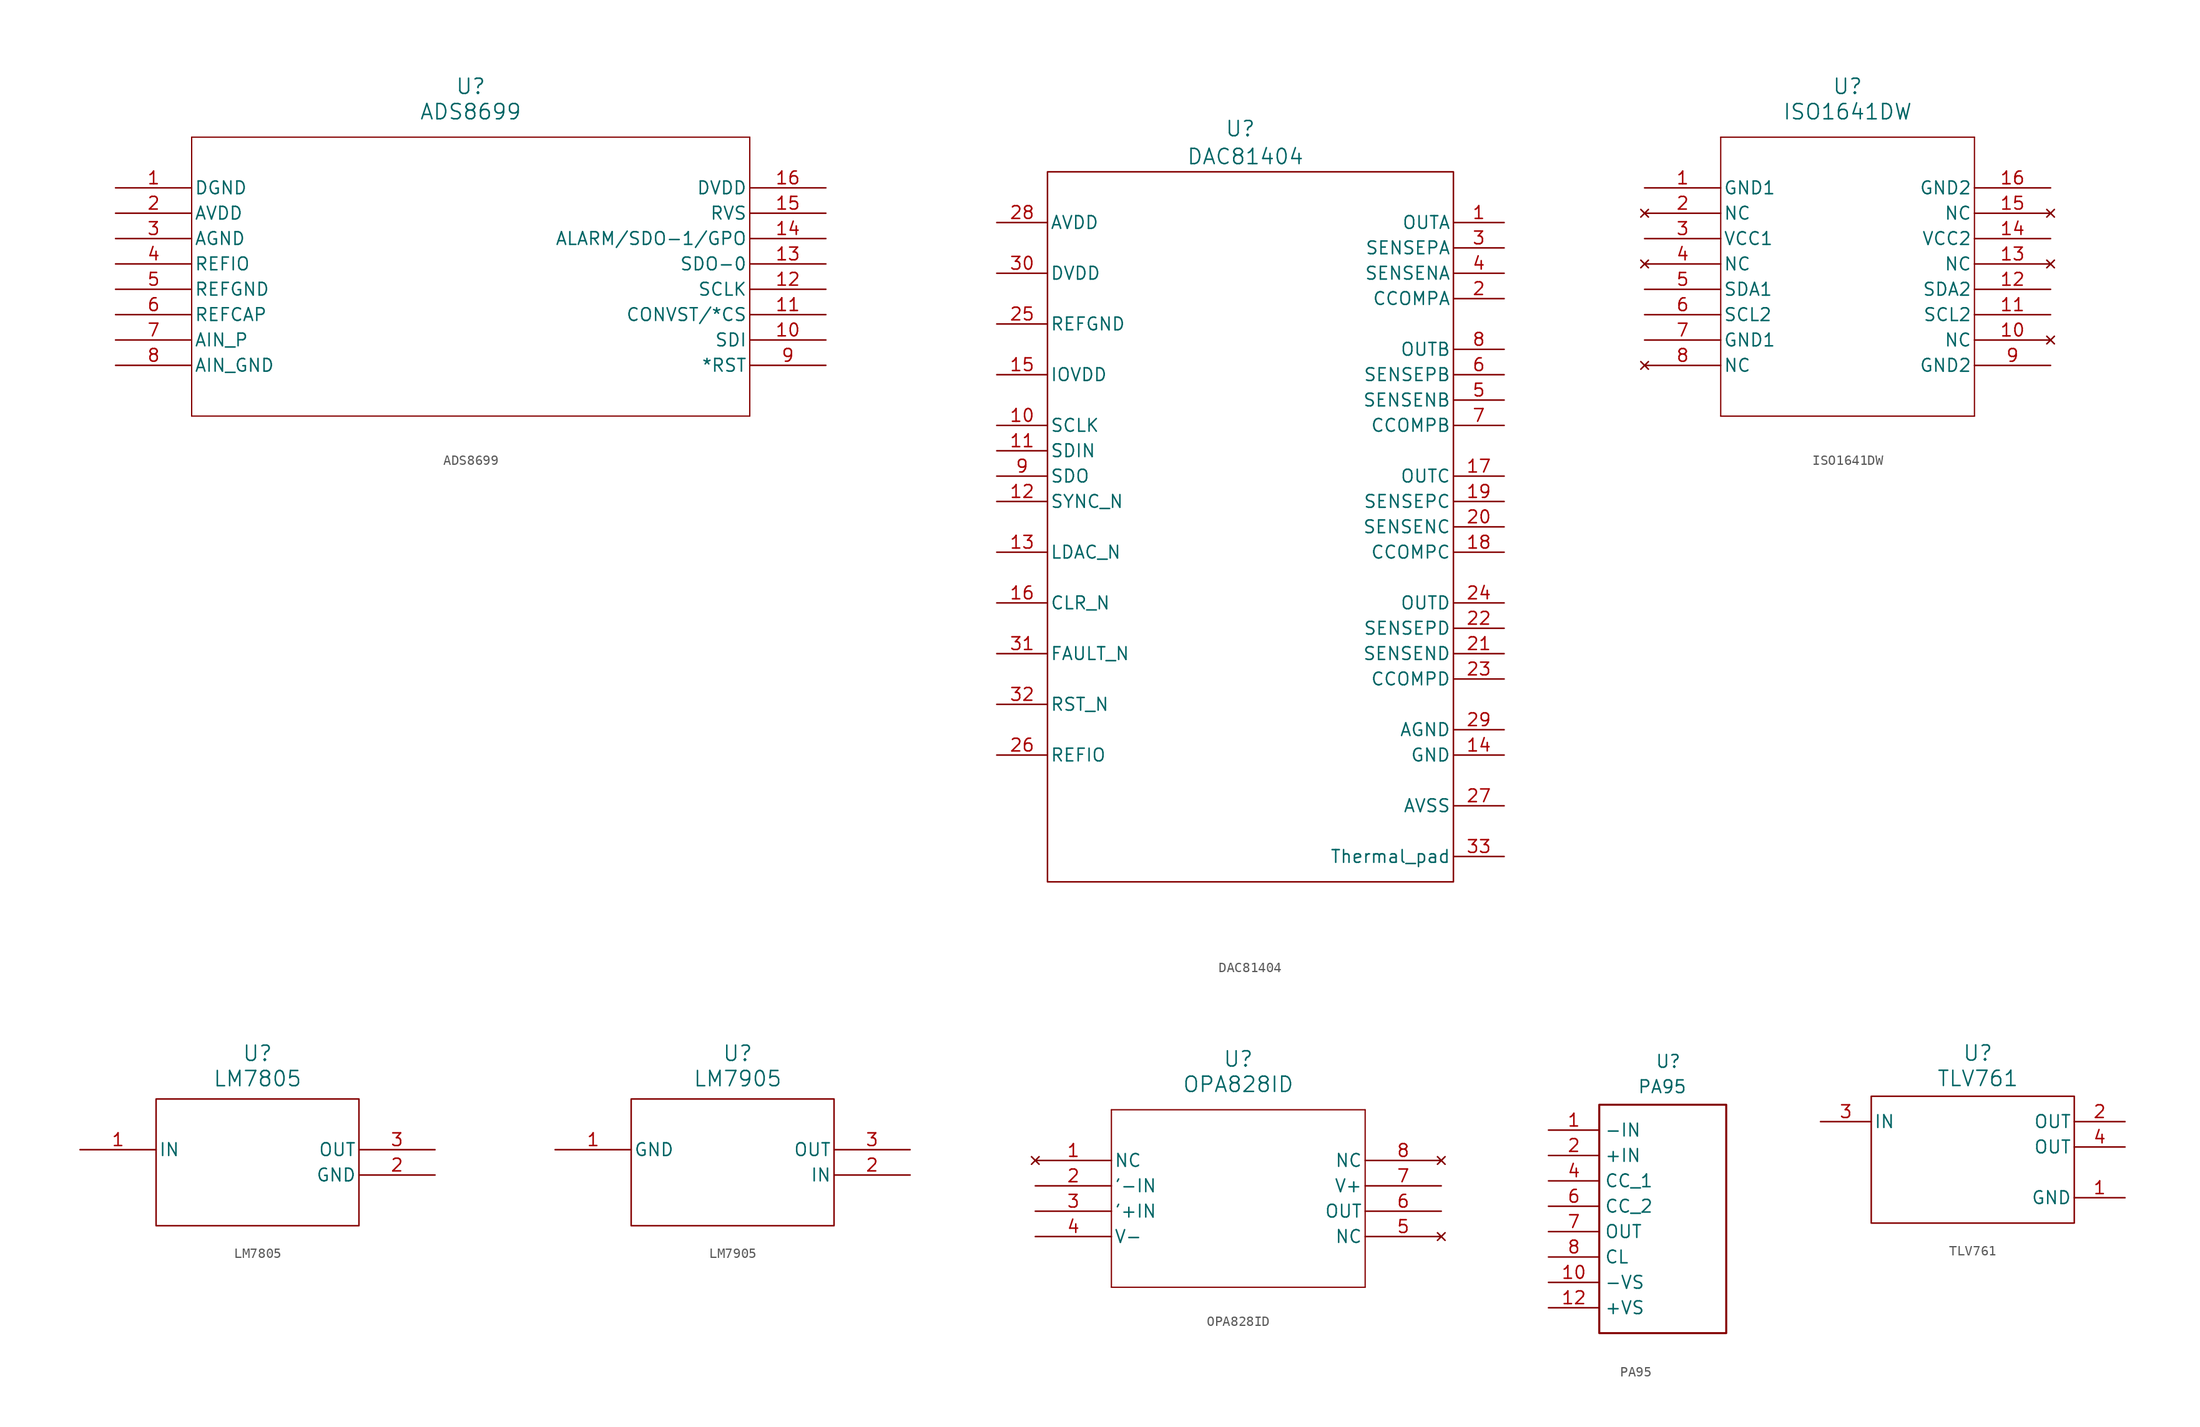
<source format=kicad_sym>
(kicad_symbol_lib
  (version 20241209)
  (generator "kicad_symbol_editor")
  (generator_version "9.0")
  (symbol "ADS8699"
    (pin_names
      (offset 0.254))
    (property "Reference" "U"
      (at 35.56 10.16 0)
      (effects (font (size 1.524 1.524))))
    (property "Value" "ADS8699"
      (at 35.56 7.62 0)
      (effects (font (size 1.524 1.524))))
    (symbol "ADS8699_0_1"
      (polyline (pts (xy 7.62 5.08) (xy 7.62 -22.86)) (stroke (width 0.127) (type default)) (fill (type none)))
      (polyline (pts (xy 7.62 -22.86) (xy 63.5 -22.86)) (stroke (width 0.127) (type default)) (fill (type none)))
      (polyline (pts (xy 63.5 5.08) (xy 7.62 5.08)) (stroke (width 0.127) (type default)) (fill (type none)))
      (polyline (pts (xy 63.5 -22.86) (xy 63.5 5.08)) (stroke (width 0.127) (type default)) (fill (type none)))
      (pin power_in line (at 0 0 0) (length 7.62) (name "DGND" (effects (font (size 1.27 1.27)))) (number "1" (effects (font (size 1.27 1.27)))))
      (pin power_in line (at 0 -2.54 0) (length 7.62) (name "AVDD" (effects (font (size 1.27 1.27)))) (number "2" (effects (font (size 1.27 1.27)))))
      (pin power_in line (at 0 -5.08 0) (length 7.62) (name "AGND" (effects (font (size 1.27 1.27)))) (number "3" (effects (font (size 1.27 1.27)))))
      (pin bidirectional line (at 0 -7.62 0) (length 7.62) (name "REFIO" (effects (font (size 1.27 1.27)))) (number "4" (effects (font (size 1.27 1.27)))))
      (pin power_in line (at 0 -10.16 0) (length 7.62) (name "REFGND" (effects (font (size 1.27 1.27)))) (number "5" (effects (font (size 1.27 1.27)))))
      (pin output line (at 0 -12.7 0) (length 7.62) (name "REFCAP" (effects (font (size 1.27 1.27)))) (number "6" (effects (font (size 1.27 1.27)))))
      (pin input line (at 0 -15.24 0) (length 7.62) (name "AIN_P" (effects (font (size 1.27 1.27)))) (number "7" (effects (font (size 1.27 1.27)))))
      (pin input line (at 0 -17.78 0) (length 7.62) (name "AIN_GND" (effects (font (size 1.27 1.27)))) (number "8" (effects (font (size 1.27 1.27)))))
      (pin power_in line (at 71.12 0 180) (length 7.62) (name "DVDD" (effects (font (size 1.27 1.27)))) (number "16" (effects (font (size 1.27 1.27)))))
      (pin output line (at 71.12 -2.54 180) (length 7.62) (name "RVS" (effects (font (size 1.27 1.27)))) (number "15" (effects (font (size 1.27 1.27)))))
      (pin output line (at 71.12 -5.08 180) (length 7.62) (name "ALARM/SDO-1/GPO" (effects (font (size 1.27 1.27)))) (number "14" (effects (font (size 1.27 1.27)))))
      (pin output line (at 71.12 -7.62 180) (length 7.62) (name "SDO-0" (effects (font (size 1.27 1.27)))) (number "13" (effects (font (size 1.27 1.27)))))
      (pin input line (at 71.12 -10.16 180) (length 7.62) (name "SCLK" (effects (font (size 1.27 1.27)))) (number "12" (effects (font (size 1.27 1.27)))))
      (pin input line (at 71.12 -12.7 180) (length 7.62) (name "CONVST/*CS" (effects (font (size 1.27 1.27)))) (number "11" (effects (font (size 1.27 1.27)))))
      (pin input line (at 71.12 -15.24 180) (length 7.62) (name "SDI" (effects (font (size 1.27 1.27)))) (number "10" (effects (font (size 1.27 1.27)))))
      (pin input line (at 71.12 -17.78 180) (length 7.62) (name "*RST" (effects (font (size 1.27 1.27)))) (number "9" (effects (font (size 1.27 1.27)))))))
  (symbol "DAC81404"
    (pin_names
      (offset 0.254))
    (property "Reference" "U"
      (at -1.016 39.878 0)
      (effects (font (size 1.524 1.524))))
    (property "Value" "DAC81404"
      (at -0.508 37.084 0)
      (effects (font (size 1.524 1.524))))
    (symbol "DAC81404_0_1"
      (rectangle (start -20.32 35.56) (end 20.32 -35.56) (stroke (width 0) (type default)) (fill (type none)))
      (pin power_in line (at -25.4 30.48 0) (length 5.08) (name "AVDD" (effects (font (size 1.27 1.27)))) (number "28" (effects (font (size 1.27 1.27)))))
      (pin power_in line (at -25.4 25.4 0) (length 5.08) (name "DVDD" (effects (font (size 1.27 1.27)))) (number "30" (effects (font (size 1.27 1.27)))))
      (pin power_in line (at -25.4 20.32 0) (length 5.08) (name "REFGND" (effects (font (size 1.27 1.27)))) (number "25" (effects (font (size 1.27 1.27)))))
      (pin power_in line (at -25.4 15.24 0) (length 5.08) (name "IOVDD" (effects (font (size 1.27 1.27)))) (number "15" (effects (font (size 1.27 1.27)))))
      (pin input line (at -25.4 10.16 0) (length 5.08) (name "SCLK" (effects (font (size 1.27 1.27)))) (number "10" (effects (font (size 1.27 1.27)))))
      (pin input line (at -25.4 7.62 0) (length 5.08) (name "SDIN" (effects (font (size 1.27 1.27)))) (number "11" (effects (font (size 1.27 1.27)))))
      (pin output line (at -25.4 5.08 0) (length 5.08) (name "SDO" (effects (font (size 1.27 1.27)))) (number "9" (effects (font (size 1.27 1.27)))))
      (pin input line (at -25.4 2.54 0) (length 5.08) (name "SYNC_N" (effects (font (size 1.27 1.27)))) (number "12" (effects (font (size 1.27 1.27)))))
      (pin input line (at -25.4 -2.54 0) (length 5.08) (name "LDAC_N" (effects (font (size 1.27 1.27)))) (number "13" (effects (font (size 1.27 1.27)))))
      (pin input line (at -25.4 -7.62 0) (length 5.08) (name "CLR_N" (effects (font (size 1.27 1.27)))) (number "16" (effects (font (size 1.27 1.27)))))
      (pin open_collector line (at -25.4 -12.7 0) (length 5.08) (name "FAULT_N" (effects (font (size 1.27 1.27)))) (number "31" (effects (font (size 1.27 1.27)))))
      (pin input line (at -25.4 -17.78 0) (length 5.08) (name "RST_N" (effects (font (size 1.27 1.27)))) (number "32" (effects (font (size 1.27 1.27)))))
      (pin bidirectional line (at -25.4 -22.86 0) (length 5.08) (name "REFIO" (effects (font (size 1.27 1.27)))) (number "26" (effects (font (size 1.27 1.27)))))
      (pin unspecified line (at 25.4 30.48 180) (length 5.08) (name "OUTA" (effects (font (size 1.27 1.27)))) (number "1" (effects (font (size 1.27 1.27)))))
      (pin unspecified line (at 25.4 27.94 180) (length 5.08) (name "SENSEPA" (effects (font (size 1.27 1.27)))) (number "3" (effects (font (size 1.27 1.27)))))
      (pin unspecified line (at 25.4 25.4 180) (length 5.08) (name "SENSENA" (effects (font (size 1.27 1.27)))) (number "4" (effects (font (size 1.27 1.27)))))
      (pin unspecified line (at 25.4 22.86 180) (length 5.08) (name "CCOMPA" (effects (font (size 1.27 1.27)))) (number "2" (effects (font (size 1.27 1.27)))))
      (pin unspecified line (at 25.4 17.78 180) (length 5.08) (name "OUTB" (effects (font (size 1.27 1.27)))) (number "8" (effects (font (size 1.27 1.27)))))
      (pin unspecified line (at 25.4 15.24 180) (length 5.08) (name "SENSEPB" (effects (font (size 1.27 1.27)))) (number "6" (effects (font (size 1.27 1.27)))))
      (pin unspecified line (at 25.4 12.7 180) (length 5.08) (name "SENSENB" (effects (font (size 1.27 1.27)))) (number "5" (effects (font (size 1.27 1.27)))))
      (pin unspecified line (at 25.4 10.16 180) (length 5.08) (name "CCOMPB" (effects (font (size 1.27 1.27)))) (number "7" (effects (font (size 1.27 1.27)))))
      (pin unspecified line (at 25.4 5.08 180) (length 5.08) (name "OUTC" (effects (font (size 1.27 1.27)))) (number "17" (effects (font (size 1.27 1.27)))))
      (pin unspecified line (at 25.4 2.54 180) (length 5.08) (name "SENSEPC" (effects (font (size 1.27 1.27)))) (number "19" (effects (font (size 1.27 1.27)))))
      (pin unspecified line (at 25.4 0 180) (length 5.08) (name "SENSENC" (effects (font (size 1.27 1.27)))) (number "20" (effects (font (size 1.27 1.27)))))
      (pin unspecified line (at 25.4 -2.54 180) (length 5.08) (name "CCOMPC" (effects (font (size 1.27 1.27)))) (number "18" (effects (font (size 1.27 1.27)))))
      (pin unspecified line (at 25.4 -7.62 180) (length 5.08) (name "OUTD" (effects (font (size 1.27 1.27)))) (number "24" (effects (font (size 1.27 1.27)))))
      (pin unspecified line (at 25.4 -10.16 180) (length 5.08) (name "SENSEPD" (effects (font (size 1.27 1.27)))) (number "22" (effects (font (size 1.27 1.27)))))
      (pin unspecified line (at 25.4 -12.7 180) (length 5.08) (name "SENSEND" (effects (font (size 1.27 1.27)))) (number "21" (effects (font (size 1.27 1.27)))))
      (pin unspecified line (at 25.4 -15.24 180) (length 5.08) (name "CCOMPD" (effects (font (size 1.27 1.27)))) (number "23" (effects (font (size 1.27 1.27)))))
      (pin power_in line (at 25.4 -20.32 180) (length 5.08) (name "AGND" (effects (font (size 1.27 1.27)))) (number "29" (effects (font (size 1.27 1.27)))))
      (pin power_in line (at 25.4 -22.86 180) (length 5.08) (name "GND" (effects (font (size 1.27 1.27)))) (number "14" (effects (font (size 1.27 1.27)))))
      (pin power_in line (at 25.4 -27.94 180) (length 5.08) (name "AVSS" (effects (font (size 1.27 1.27)))) (number "27" (effects (font (size 1.27 1.27)))))
      (pin unspecified line (at 25.4 -33.02 180) (length 5.08) (name "Thermal_pad" (effects (font (size 1.27 1.27)))) (number "33" (effects (font (size 1.27 1.27)))))))
  (symbol "ISO1641DW"
    (pin_names
      (offset 0.254))
    (property "Reference" "U"
      (at 20.32 10.16 0)
      (effects (font (size 1.524 1.524))))
    (property "Value" "ISO1641DW"
      (at 20.32 7.62 0)
      (effects (font (size 1.524 1.524))))
    (symbol "ISO1641DW_0_1"
      (polyline (pts (xy 7.62 5.08) (xy 7.62 -22.86)) (stroke (width 0.127) (type default)) (fill (type none)))
      (polyline (pts (xy 7.62 -22.86) (xy 33.02 -22.86)) (stroke (width 0.127) (type default)) (fill (type none)))
      (polyline (pts (xy 33.02 5.08) (xy 7.62 5.08)) (stroke (width 0.127) (type default)) (fill (type none)))
      (polyline (pts (xy 33.02 -22.86) (xy 33.02 5.08)) (stroke (width 0.127) (type default)) (fill (type none)))
      (pin power_out line (at 0 0 0) (length 7.62) (name "GND1" (effects (font (size 1.27 1.27)))) (number "1" (effects (font (size 1.27 1.27)))))
      (pin no_connect line (at 0 -2.54 0) (length 7.62) (name "NC" (effects (font (size 1.27 1.27)))) (number "2" (effects (font (size 1.27 1.27)))))
      (pin power_in line (at 0 -5.08 0) (length 7.62) (name "VCC1" (effects (font (size 1.27 1.27)))) (number "3" (effects (font (size 1.27 1.27)))))
      (pin no_connect line (at 0 -7.62 0) (length 7.62) (name "NC" (effects (font (size 1.27 1.27)))) (number "4" (effects (font (size 1.27 1.27)))))
      (pin bidirectional line (at 0 -10.16 0) (length 7.62) (name "SDA1" (effects (font (size 1.27 1.27)))) (number "5" (effects (font (size 1.27 1.27)))))
      (pin power_out line (at 0 -15.24 0) (length 7.62) (name "GND1" (effects (font (size 1.27 1.27)))) (number "7" (effects (font (size 1.27 1.27)))))
      (pin no_connect line (at 0 -17.78 0) (length 7.62) (name "NC" (effects (font (size 1.27 1.27)))) (number "8" (effects (font (size 1.27 1.27)))))
      (pin power_out line (at 40.64 0 180) (length 7.62) (name "GND2" (effects (font (size 1.27 1.27)))) (number "16" (effects (font (size 1.27 1.27)))))
      (pin no_connect line (at 40.64 -2.54 180) (length 7.62) (name "NC" (effects (font (size 1.27 1.27)))) (number "15" (effects (font (size 1.27 1.27)))))
      (pin power_in line (at 40.64 -5.08 180) (length 7.62) (name "VCC2" (effects (font (size 1.27 1.27)))) (number "14" (effects (font (size 1.27 1.27)))))
      (pin no_connect line (at 40.64 -7.62 180) (length 7.62) (name "NC" (effects (font (size 1.27 1.27)))) (number "13" (effects (font (size 1.27 1.27)))))
      (pin bidirectional line (at 40.64 -10.16 180) (length 7.62) (name "SDA2" (effects (font (size 1.27 1.27)))) (number "12" (effects (font (size 1.27 1.27)))))
      (pin no_connect line (at 40.64 -15.24 180) (length 7.62) (name "NC" (effects (font (size 1.27 1.27)))) (number "10" (effects (font (size 1.27 1.27)))))
      (pin power_out line (at 40.64 -17.78 180) (length 7.62) (name "GND2" (effects (font (size 1.27 1.27)))) (number "9" (effects (font (size 1.27 1.27))))))
    (symbol "ISO1641DW_1_1"
      (pin input line (at 0 -12.7 0) (length 7.62) (name "SCL2" (effects (font (size 1.27 1.27)))) (number "6" (effects (font (size 1.27 1.27)))))
      (pin output line (at 40.64 -12.7 180) (length 7.62) (name "SCL2" (effects (font (size 1.27 1.27)))) (number "11" (effects (font (size 1.27 1.27)))))))
  (symbol "LM7805"
    (pin_names
      (offset 0.254))
    (property "Reference" "U"
      (at 17.78 9.652 0)
      (effects (font (size 1.524 1.524))))
    (property "Value" "LM7805"
      (at 17.78 7.112 0)
      (effects (font (size 1.524 1.524))))
    (symbol "LM7805_0_1"
      (rectangle (start 7.62 5.08) (end 27.94 -7.62) (stroke (width 0) (type default)) (fill (type none)))
      (pin power_in line (at 35.56 -2.54 180) (length 7.62) (name "GND" (effects (font (size 1.27 1.27)))) (number "2" (effects (font (size 1.27 1.27))))))
    (symbol "LM7805_1_1"
      (pin input line (at 0 0 0) (length 7.62) (name "IN" (effects (font (size 1.27 1.27)))) (number "1" (effects (font (size 1.27 1.27)))))
      (pin output line (at 35.56 0 180) (length 7.62) (name "OUT" (effects (font (size 1.27 1.27)))) (number "3" (effects (font (size 1.27 1.27)))))))
  (symbol "LM7905"
    (pin_names
      (offset 0.254))
    (property "Reference" "U"
      (at 18.288 9.652 0)
      (effects (font (size 1.524 1.524))))
    (property "Value" "LM7905"
      (at 18.288 7.112 0)
      (effects (font (size 1.524 1.524))))
    (symbol "LM7905_0_1"
      (rectangle (start 7.62 5.08) (end 27.94 -7.62) (stroke (width 0) (type default)) (fill (type none)))
      (pin power_in line (at 0 0 0) (length 7.62) (name "GND" (effects (font (size 1.27 1.27)))) (number "1" (effects (font (size 1.27 1.27)))))
      (pin power_in line (at 35.56 0 180) (length 7.62) (name "OUT" (effects (font (size 1.27 1.27)))) (number "3" (effects (font (size 1.27 1.27)))))
      (pin power_in line (at 35.56 -2.54 180) (length 7.62) (name "IN" (effects (font (size 1.27 1.27)))) (number "2" (effects (font (size 1.27 1.27)))))))
  (symbol "OPA828ID"
    (pin_names
      (offset 0.254))
    (property "Reference" "U"
      (at 20.32 10.16 0)
      (effects (font (size 1.524 1.524))))
    (property "Value" "OPA828ID"
      (at 20.32 7.62 0)
      (effects (font (size 1.524 1.524))))
    (property "ki_locked" ""
      (at 0 0 0)
      (effects (font (size 1.27 1.27))))
    (symbol "OPA828ID_0_1"
      (polyline (pts (xy 7.62 5.08) (xy 7.62 -12.7)) (stroke (width 0.127) (type default)) (fill (type none)))
      (polyline (pts (xy 7.62 -12.7) (xy 33.02 -12.7)) (stroke (width 0.127) (type default)) (fill (type none)))
      (polyline (pts (xy 33.02 5.08) (xy 7.62 5.08)) (stroke (width 0.127) (type default)) (fill (type none)))
      (polyline (pts (xy 33.02 -12.7) (xy 33.02 5.08)) (stroke (width 0.127) (type default)) (fill (type none)))
      (pin no_connect line (at 0 0 0) (length 7.62) (name "NC" (effects (font (size 1.27 1.27)))) (number "1" (effects (font (size 1.27 1.27)))))
      (pin input line (at 0 -2.54 0) (length 7.62) (name "'-IN" (effects (font (size 1.27 1.27)))) (number "2" (effects (font (size 1.27 1.27)))))
      (pin input line (at 0 -5.08 0) (length 7.62) (name "'+IN" (effects (font (size 1.27 1.27)))) (number "3" (effects (font (size 1.27 1.27)))))
      (pin power_in line (at 0 -7.62 0) (length 7.62) (name "V-" (effects (font (size 1.27 1.27)))) (number "4" (effects (font (size 1.27 1.27)))))
      (pin no_connect line (at 40.64 0 180) (length 7.62) (name "NC" (effects (font (size 1.27 1.27)))) (number "8" (effects (font (size 1.27 1.27)))))
      (pin input line (at 40.64 -2.54 180) (length 7.62) (name "V+" (effects (font (size 1.27 1.27)))) (number "7" (effects (font (size 1.27 1.27)))))
      (pin output line (at 40.64 -5.08 180) (length 7.62) (name "OUT" (effects (font (size 1.27 1.27)))) (number "6" (effects (font (size 1.27 1.27)))))
      (pin no_connect line (at 40.64 -7.62 180) (length 7.62) (name "NC" (effects (font (size 1.27 1.27)))) (number "5" (effects (font (size 1.27 1.27)))))))
  (symbol "PA95"
    (property "Reference" "U"
      (at -0.762 16.51 0)
      (effects (font (size 1.27 1.27)) (justify left top)))
    (property "Value" "PA95"
      (at -2.54 13.97 0)
      (effects (font (size 1.27 1.27)) (justify left top)))
    (symbol "PA95_1_1"
      (rectangle (start -6.35 11.43) (end 6.35 -11.43) (stroke (width 0.203) (type solid)) (fill (type none)))
      (pin passive line (at -11.43 8.89 0) (length 5.08) (name "-IN" (effects (font (size 1.27 1.27)))) (number "1" (effects (font (size 1.27 1.27)))))
      (pin passive line (at -11.43 6.35 0) (length 5.08) (name "+IN" (effects (font (size 1.27 1.27)))) (number "2" (effects (font (size 1.27 1.27)))))
      (pin passive line (at -11.43 3.81 0) (length 5.08) (name "CC_1" (effects (font (size 1.27 1.27)))) (number "4" (effects (font (size 1.27 1.27)))))
      (pin passive line (at -11.43 1.27 0) (length 5.08) (name "CC_2" (effects (font (size 1.27 1.27)))) (number "6" (effects (font (size 1.27 1.27)))))
      (pin passive line (at -11.43 -1.27 0) (length 5.08) (name "OUT" (effects (font (size 1.27 1.27)))) (number "7" (effects (font (size 1.27 1.27)))))
      (pin passive line (at -11.43 -3.81 0) (length 5.08) (name "CL" (effects (font (size 1.27 1.27)))) (number "8" (effects (font (size 1.27 1.27)))))
      (pin passive line (at -11.43 -6.35 0) (length 5.08) (name "-VS" (effects (font (size 1.27 1.27)))) (number "10" (effects (font (size 1.27 1.27)))))
      (pin passive line (at -11.43 -8.89 0) (length 5.08) (name "+VS" (effects (font (size 1.27 1.27)))) (number "12" (effects (font (size 1.27 1.27)))))))
  (symbol "TLV761"
    (pin_names
      (offset 0.254))
    (property "Reference" "U"
      (at 15.748 6.858 0)
      (effects (font (size 1.524 1.524))))
    (property "Value" "TLV761"
      (at 15.748 4.318 0)
      (effects (font (size 1.524 1.524))))
    (symbol "TLV761_0_1"
      (rectangle (start 5.08 2.54) (end 25.4 -10.16) (stroke (width 0) (type default)) (fill (type none)))
      (pin power_in line (at 0 0 0) (length 5.08) (name "IN" (effects (font (size 1.27 1.27)))) (number "3" (effects (font (size 1.27 1.27)))))
      (pin power_in line (at 30.48 0 180) (length 5.08) (name "OUT" (effects (font (size 1.27 1.27)))) (number "2" (effects (font (size 1.27 1.27)))))
      (pin power_in line (at 30.48 -2.54 180) (length 5.08) (name "OUT" (effects (font (size 1.27 1.27)))) (number "4" (effects (font (size 1.27 1.27)))))
      (pin power_in line (at 30.48 -7.62 180) (length 5.08) (name "GND" (effects (font (size 1.27 1.27)))) (number "1" (effects (font (size 1.27 1.27))))))))
</source>
